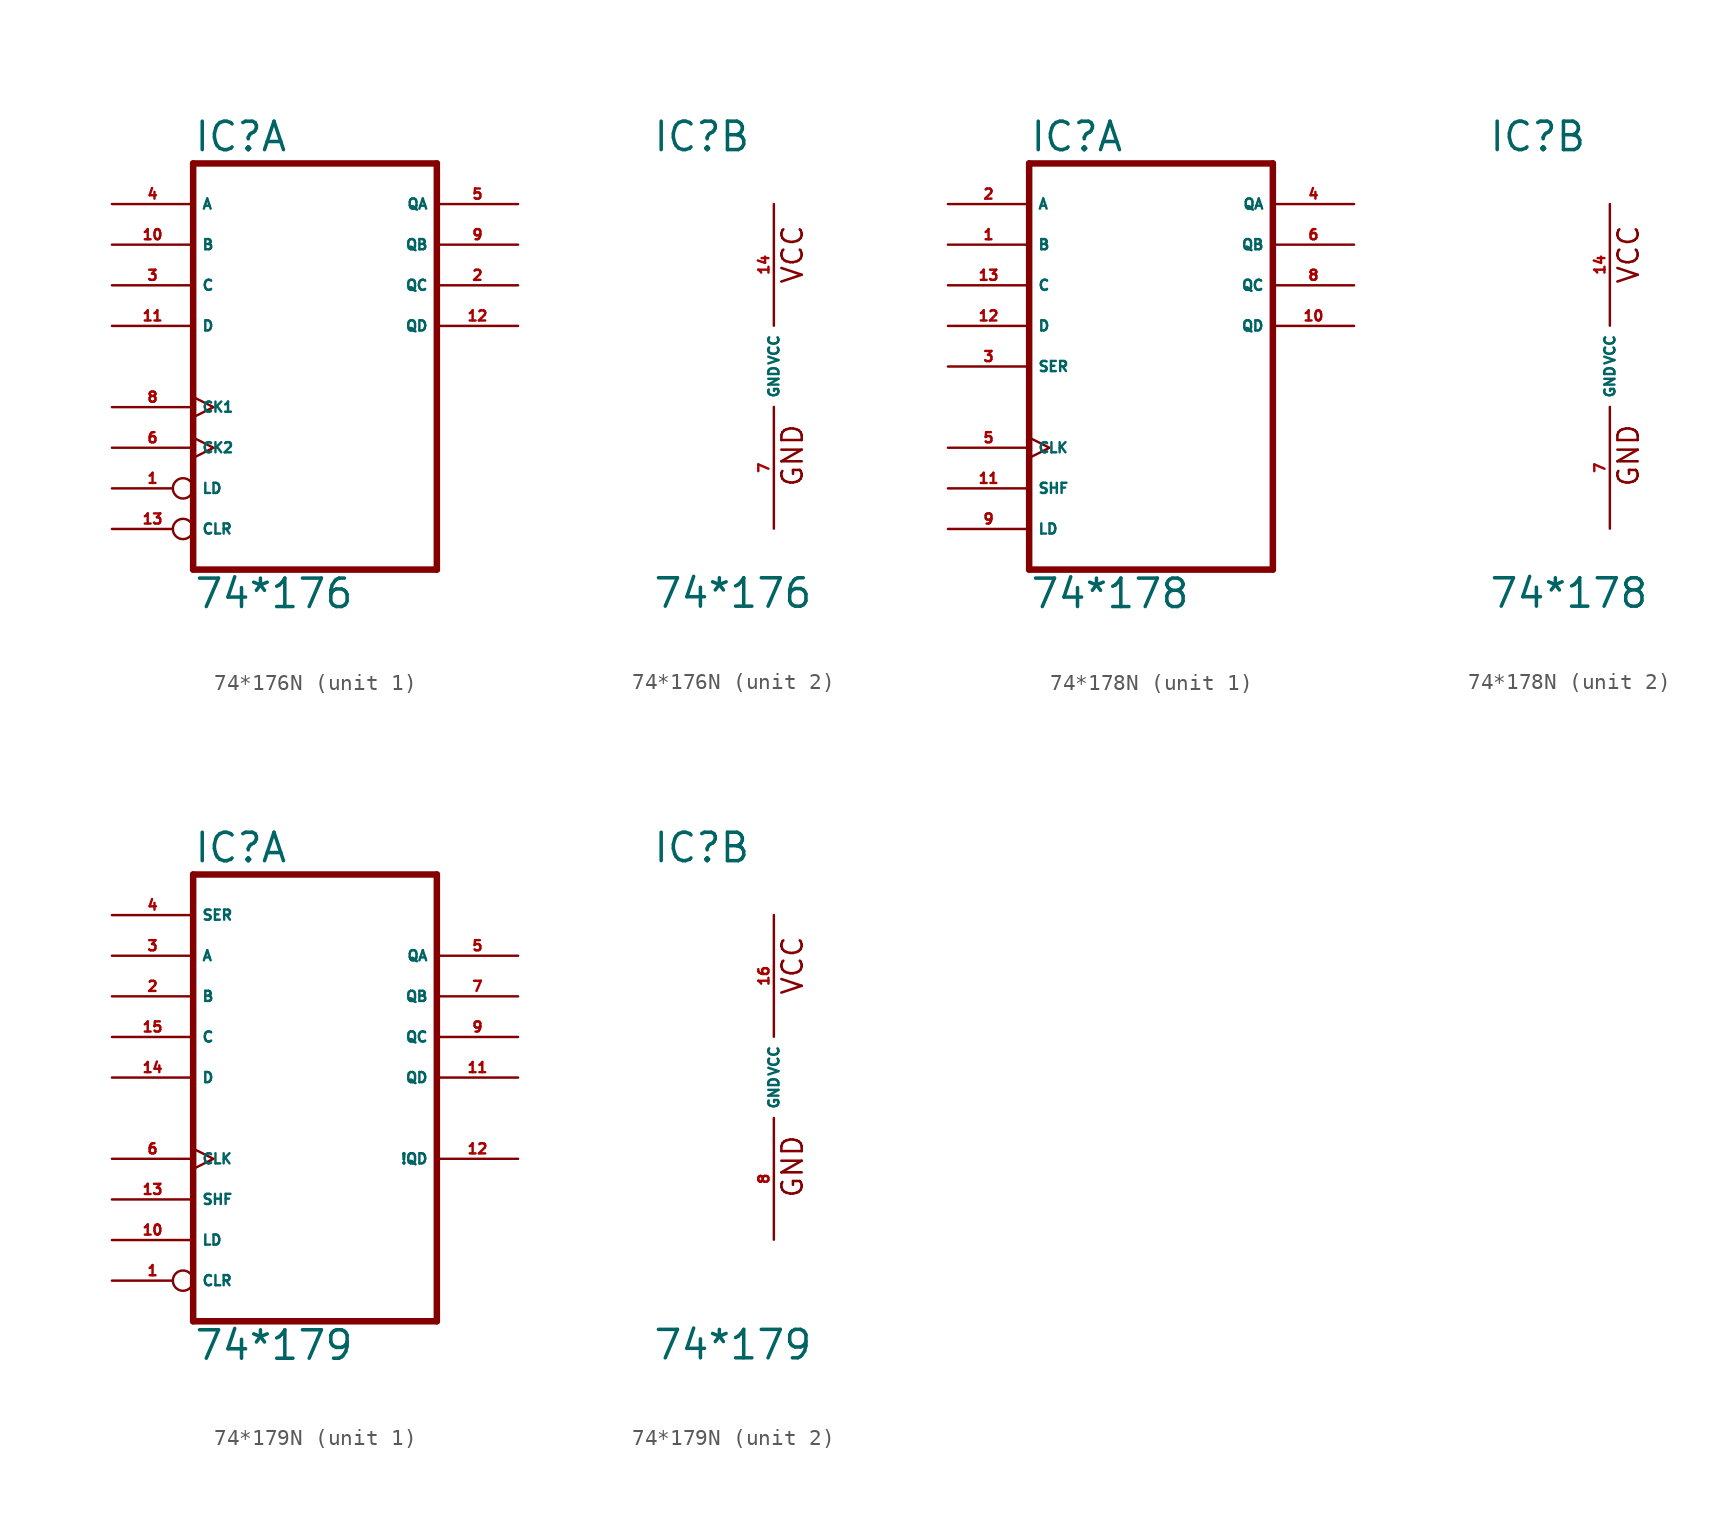
<source format=kicad_sym>
(kicad_symbol_lib
  (version 20220914)
  (generator Eagle2Kicad)
  (symbol "74*176N"
    (property "Reference" "IC"
      (at -7.62 13.335 0)
      (effects (font (size 1.778 1.778) (thickness 0.22)) (justify left bottom)))
    (property "Value" "74*176"
      (at -7.62 -15.24 0)
      (effects (font (size 1.778 1.778) (thickness 0.22)) (justify left bottom)))
    (symbol "74*176N_1_0"
      (polyline (pts (xy -7.62 -12.7) (xy 7.62 -12.7)) (stroke (width 0.406) (type default)) (fill (type none)))
      (polyline (pts (xy 7.62 -12.7) (xy 7.62 12.7)) (stroke (width 0.406) (type default)) (fill (type none)))
      (polyline (pts (xy 7.62 12.7) (xy -7.62 12.7)) (stroke (width 0.406) (type default)) (fill (type none)))
      (polyline (pts (xy -7.62 12.7) (xy -7.62 -12.7)) (stroke (width 0.406) (type default)) (fill (type none)))
      (pin input inverted (at -12.7 -7.62 0) (length 5.08) (name "LD" (effects (font (size 0.635 0.635) (thickness 0.08)) (justify left bottom))) (number "1" (effects (font (size 0.635 0.635) (thickness 0.08)) (justify left bottom))))
      (pin output line (at 12.7 5.08 180) (length 5.08) (name "QC" (effects (font (size 0.635 0.635) (thickness 0.08)) (justify left bottom))) (number "2" (effects (font (size 0.635 0.635) (thickness 0.08)) (justify left bottom))))
      (pin input line (at -12.7 5.08 0) (length 5.08) (name "C" (effects (font (size 0.635 0.635) (thickness 0.08)) (justify left bottom))) (number "3" (effects (font (size 0.635 0.635) (thickness 0.08)) (justify left bottom))))
      (pin input line (at -12.7 10.16 0) (length 5.08) (name "A" (effects (font (size 0.635 0.635) (thickness 0.08)) (justify left bottom))) (number "4" (effects (font (size 0.635 0.635) (thickness 0.08)) (justify left bottom))))
      (pin output line (at 12.7 10.16 180) (length 5.08) (name "QA" (effects (font (size 0.635 0.635) (thickness 0.08)) (justify left bottom))) (number "5" (effects (font (size 0.635 0.635) (thickness 0.08)) (justify left bottom))))
      (pin input clock (at -12.7 -5.08 0) (length 5.08) (name "CK2" (effects (font (size 0.635 0.635) (thickness 0.08)) (justify left bottom))) (number "6" (effects (font (size 0.635 0.635) (thickness 0.08)) (justify left bottom))))
      (pin input clock (at -12.7 -2.54 0) (length 5.08) (name "CK1" (effects (font (size 0.635 0.635) (thickness 0.08)) (justify left bottom))) (number "8" (effects (font (size 0.635 0.635) (thickness 0.08)) (justify left bottom))))
      (pin output line (at 12.7 7.62 180) (length 5.08) (name "QB" (effects (font (size 0.635 0.635) (thickness 0.08)) (justify left bottom))) (number "9" (effects (font (size 0.635 0.635) (thickness 0.08)) (justify left bottom))))
      (pin input line (at -12.7 7.62 0) (length 5.08) (name "B" (effects (font (size 0.635 0.635) (thickness 0.08)) (justify left bottom))) (number "10" (effects (font (size 0.635 0.635) (thickness 0.08)) (justify left bottom))))
      (pin input line (at -12.7 2.54 0) (length 5.08) (name "D" (effects (font (size 0.635 0.635) (thickness 0.08)) (justify left bottom))) (number "11" (effects (font (size 0.635 0.635) (thickness 0.08)) (justify left bottom))))
      (pin output line (at 12.7 2.54 180) (length 5.08) (name "QD" (effects (font (size 0.635 0.635) (thickness 0.08)) (justify left bottom))) (number "12" (effects (font (size 0.635 0.635) (thickness 0.08)) (justify left bottom))))
      (pin input inverted (at -12.7 -10.16 0) (length 5.08) (name "CLR" (effects (font (size 0.635 0.635) (thickness 0.08)) (justify left bottom))) (number "13" (effects (font (size 0.635 0.635) (thickness 0.08)) (justify left bottom)))))
    (symbol "74*176N_2_0"
      (text "GND" (at 1.905 -7.62 900) (effects (font (size 1.27 1.27) (thickness 0.16)) (justify left bottom)))
      (text "VCC" (at 1.905 5.08 900) (effects (font (size 1.27 1.27) (thickness 0.16)) (justify left bottom)))
      (pin unspecified line (at 0 -10.16 90) (length 7.62) (name "GND" (effects (font (size 0.635 0.635) (thickness 0.08)) (justify left bottom))) (number "7" (effects (font (size 0.635 0.635) (thickness 0.08)) (justify left bottom))))
      (pin unspecified line (at 0 10.16 270) (length 7.62) (name "VCC" (effects (font (size 0.635 0.635) (thickness 0.08)) (justify left bottom))) (number "14" (effects (font (size 0.635 0.635) (thickness 0.08)) (justify left bottom))))))
  (symbol "74*178N"
    (property "Reference" "IC"
      (at -7.62 13.335 0)
      (effects (font (size 1.778 1.778) (thickness 0.22)) (justify left bottom)))
    (property "Value" "74*178"
      (at -7.62 -15.24 0)
      (effects (font (size 1.778 1.778) (thickness 0.22)) (justify left bottom)))
    (symbol "74*178N_1_0"
      (polyline (pts (xy -7.62 -12.7) (xy 7.62 -12.7)) (stroke (width 0.406) (type default)) (fill (type none)))
      (polyline (pts (xy 7.62 -12.7) (xy 7.62 12.7)) (stroke (width 0.406) (type default)) (fill (type none)))
      (polyline (pts (xy 7.62 12.7) (xy -7.62 12.7)) (stroke (width 0.406) (type default)) (fill (type none)))
      (polyline (pts (xy -7.62 12.7) (xy -7.62 -12.7)) (stroke (width 0.406) (type default)) (fill (type none)))
      (pin input line (at -12.7 7.62 0) (length 5.08) (name "B" (effects (font (size 0.635 0.635) (thickness 0.08)) (justify left bottom))) (number "1" (effects (font (size 0.635 0.635) (thickness 0.08)) (justify left bottom))))
      (pin input line (at -12.7 10.16 0) (length 5.08) (name "A" (effects (font (size 0.635 0.635) (thickness 0.08)) (justify left bottom))) (number "2" (effects (font (size 0.635 0.635) (thickness 0.08)) (justify left bottom))))
      (pin input line (at -12.7 0 0) (length 5.08) (name "SER" (effects (font (size 0.635 0.635) (thickness 0.08)) (justify left bottom))) (number "3" (effects (font (size 0.635 0.635) (thickness 0.08)) (justify left bottom))))
      (pin output line (at 12.7 10.16 180) (length 5.08) (name "QA" (effects (font (size 0.635 0.635) (thickness 0.08)) (justify left bottom))) (number "4" (effects (font (size 0.635 0.635) (thickness 0.08)) (justify left bottom))))
      (pin input clock (at -12.7 -5.08 0) (length 5.08) (name "CLK" (effects (font (size 0.635 0.635) (thickness 0.08)) (justify left bottom))) (number "5" (effects (font (size 0.635 0.635) (thickness 0.08)) (justify left bottom))))
      (pin output line (at 12.7 7.62 180) (length 5.08) (name "QB" (effects (font (size 0.635 0.635) (thickness 0.08)) (justify left bottom))) (number "6" (effects (font (size 0.635 0.635) (thickness 0.08)) (justify left bottom))))
      (pin output line (at 12.7 5.08 180) (length 5.08) (name "QC" (effects (font (size 0.635 0.635) (thickness 0.08)) (justify left bottom))) (number "8" (effects (font (size 0.635 0.635) (thickness 0.08)) (justify left bottom))))
      (pin input line (at -12.7 -10.16 0) (length 5.08) (name "LD" (effects (font (size 0.635 0.635) (thickness 0.08)) (justify left bottom))) (number "9" (effects (font (size 0.635 0.635) (thickness 0.08)) (justify left bottom))))
      (pin output line (at 12.7 2.54 180) (length 5.08) (name "QD" (effects (font (size 0.635 0.635) (thickness 0.08)) (justify left bottom))) (number "10" (effects (font (size 0.635 0.635) (thickness 0.08)) (justify left bottom))))
      (pin input line (at -12.7 -7.62 0) (length 5.08) (name "SHF" (effects (font (size 0.635 0.635) (thickness 0.08)) (justify left bottom))) (number "11" (effects (font (size 0.635 0.635) (thickness 0.08)) (justify left bottom))))
      (pin input line (at -12.7 2.54 0) (length 5.08) (name "D" (effects (font (size 0.635 0.635) (thickness 0.08)) (justify left bottom))) (number "12" (effects (font (size 0.635 0.635) (thickness 0.08)) (justify left bottom))))
      (pin input line (at -12.7 5.08 0) (length 5.08) (name "C" (effects (font (size 0.635 0.635) (thickness 0.08)) (justify left bottom))) (number "13" (effects (font (size 0.635 0.635) (thickness 0.08)) (justify left bottom)))))
    (symbol "74*178N_2_0"
      (text "GND" (at 1.905 -7.62 900) (effects (font (size 1.27 1.27) (thickness 0.16)) (justify left bottom)))
      (text "VCC" (at 1.905 5.08 900) (effects (font (size 1.27 1.27) (thickness 0.16)) (justify left bottom)))
      (pin unspecified line (at 0 -10.16 90) (length 7.62) (name "GND" (effects (font (size 0.635 0.635) (thickness 0.08)) (justify left bottom))) (number "7" (effects (font (size 0.635 0.635) (thickness 0.08)) (justify left bottom))))
      (pin unspecified line (at 0 10.16 270) (length 7.62) (name "VCC" (effects (font (size 0.635 0.635) (thickness 0.08)) (justify left bottom))) (number "14" (effects (font (size 0.635 0.635) (thickness 0.08)) (justify left bottom))))))
  (symbol "74*179N"
    (property "Reference" "IC"
      (at -7.62 13.335 0)
      (effects (font (size 1.778 1.778) (thickness 0.22)) (justify left bottom)))
    (property "Value" "74*179"
      (at -7.62 -17.78 0)
      (effects (font (size 1.778 1.778) (thickness 0.22)) (justify left bottom)))
    (symbol "74*179N_1_0"
      (polyline (pts (xy -7.62 -15.24) (xy 7.62 -15.24)) (stroke (width 0.406) (type default)) (fill (type none)))
      (polyline (pts (xy 7.62 -15.24) (xy 7.62 12.7)) (stroke (width 0.406) (type default)) (fill (type none)))
      (polyline (pts (xy 7.62 12.7) (xy -7.62 12.7)) (stroke (width 0.406) (type default)) (fill (type none)))
      (polyline (pts (xy -7.62 12.7) (xy -7.62 -15.24)) (stroke (width 0.406) (type default)) (fill (type none)))
      (pin input inverted (at -12.7 -12.7 0) (length 5.08) (name "CLR" (effects (font (size 0.635 0.635) (thickness 0.08)) (justify left bottom))) (number "1" (effects (font (size 0.635 0.635) (thickness 0.08)) (justify left bottom))))
      (pin input line (at -12.7 5.08 0) (length 5.08) (name "B" (effects (font (size 0.635 0.635) (thickness 0.08)) (justify left bottom))) (number "2" (effects (font (size 0.635 0.635) (thickness 0.08)) (justify left bottom))))
      (pin input line (at -12.7 7.62 0) (length 5.08) (name "A" (effects (font (size 0.635 0.635) (thickness 0.08)) (justify left bottom))) (number "3" (effects (font (size 0.635 0.635) (thickness 0.08)) (justify left bottom))))
      (pin input line (at -12.7 10.16 0) (length 5.08) (name "SER" (effects (font (size 0.635 0.635) (thickness 0.08)) (justify left bottom))) (number "4" (effects (font (size 0.635 0.635) (thickness 0.08)) (justify left bottom))))
      (pin output line (at 12.7 7.62 180) (length 5.08) (name "QA" (effects (font (size 0.635 0.635) (thickness 0.08)) (justify left bottom))) (number "5" (effects (font (size 0.635 0.635) (thickness 0.08)) (justify left bottom))))
      (pin input clock (at -12.7 -5.08 0) (length 5.08) (name "CLK" (effects (font (size 0.635 0.635) (thickness 0.08)) (justify left bottom))) (number "6" (effects (font (size 0.635 0.635) (thickness 0.08)) (justify left bottom))))
      (pin output line (at 12.7 5.08 180) (length 5.08) (name "QB" (effects (font (size 0.635 0.635) (thickness 0.08)) (justify left bottom))) (number "7" (effects (font (size 0.635 0.635) (thickness 0.08)) (justify left bottom))))
      (pin output line (at 12.7 2.54 180) (length 5.08) (name "QC" (effects (font (size 0.635 0.635) (thickness 0.08)) (justify left bottom))) (number "9" (effects (font (size 0.635 0.635) (thickness 0.08)) (justify left bottom))))
      (pin input line (at -12.7 -10.16 0) (length 5.08) (name "LD" (effects (font (size 0.635 0.635) (thickness 0.08)) (justify left bottom))) (number "10" (effects (font (size 0.635 0.635) (thickness 0.08)) (justify left bottom))))
      (pin output line (at 12.7 0 180) (length 5.08) (name "QD" (effects (font (size 0.635 0.635) (thickness 0.08)) (justify left bottom))) (number "11" (effects (font (size 0.635 0.635) (thickness 0.08)) (justify left bottom))))
      (pin output line (at 12.7 -5.08 180) (length 5.08) (name "!QD" (effects (font (size 0.635 0.635) (thickness 0.08)) (justify left bottom))) (number "12" (effects (font (size 0.635 0.635) (thickness 0.08)) (justify left bottom))))
      (pin input line (at -12.7 -7.62 0) (length 5.08) (name "SHF" (effects (font (size 0.635 0.635) (thickness 0.08)) (justify left bottom))) (number "13" (effects (font (size 0.635 0.635) (thickness 0.08)) (justify left bottom))))
      (pin input line (at -12.7 0 0) (length 5.08) (name "D" (effects (font (size 0.635 0.635) (thickness 0.08)) (justify left bottom))) (number "14" (effects (font (size 0.635 0.635) (thickness 0.08)) (justify left bottom))))
      (pin input line (at -12.7 2.54 0) (length 5.08) (name "C" (effects (font (size 0.635 0.635) (thickness 0.08)) (justify left bottom))) (number "15" (effects (font (size 0.635 0.635) (thickness 0.08)) (justify left bottom)))))
    (symbol "74*179N_2_0"
      (text "GND" (at 1.905 -7.62 900) (effects (font (size 1.27 1.27) (thickness 0.16)) (justify left bottom)))
      (text "VCC" (at 1.905 5.08 900) (effects (font (size 1.27 1.27) (thickness 0.16)) (justify left bottom)))
      (pin unspecified line (at 0 -10.16 90) (length 7.62) (name "GND" (effects (font (size 0.635 0.635) (thickness 0.08)) (justify left bottom))) (number "8" (effects (font (size 0.635 0.635) (thickness 0.08)) (justify left bottom))))
      (pin unspecified line (at 0 10.16 270) (length 7.62) (name "VCC" (effects (font (size 0.635 0.635) (thickness 0.08)) (justify left bottom))) (number "16" (effects (font (size 0.635 0.635) (thickness 0.08)) (justify left bottom)))))))
</source>
